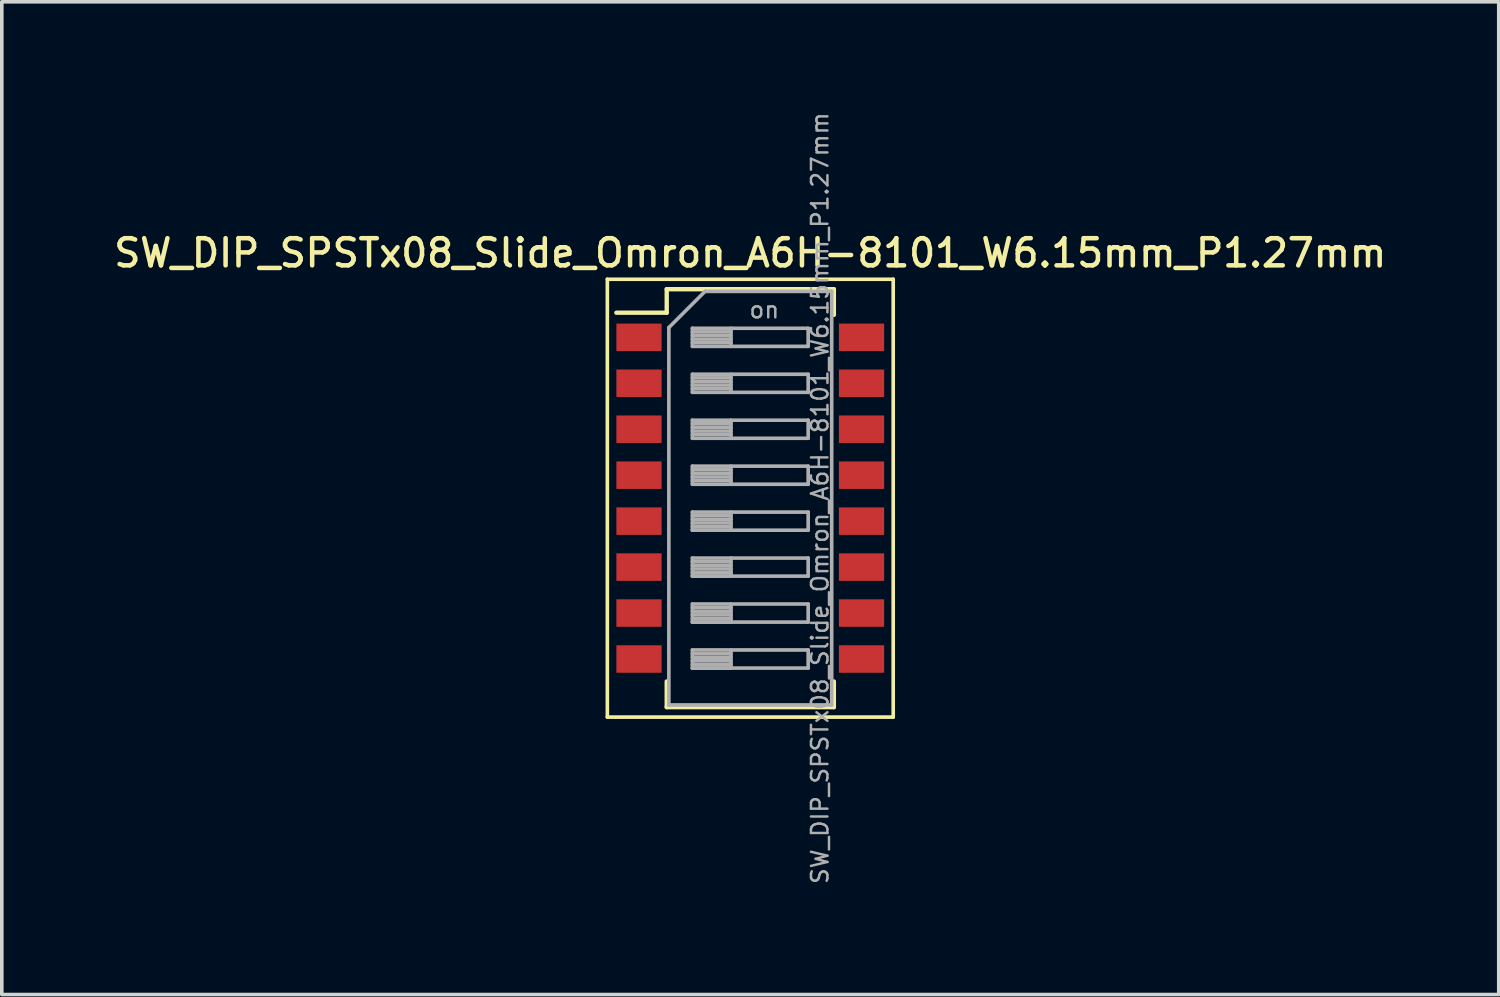
<source format=kicad_pcb>
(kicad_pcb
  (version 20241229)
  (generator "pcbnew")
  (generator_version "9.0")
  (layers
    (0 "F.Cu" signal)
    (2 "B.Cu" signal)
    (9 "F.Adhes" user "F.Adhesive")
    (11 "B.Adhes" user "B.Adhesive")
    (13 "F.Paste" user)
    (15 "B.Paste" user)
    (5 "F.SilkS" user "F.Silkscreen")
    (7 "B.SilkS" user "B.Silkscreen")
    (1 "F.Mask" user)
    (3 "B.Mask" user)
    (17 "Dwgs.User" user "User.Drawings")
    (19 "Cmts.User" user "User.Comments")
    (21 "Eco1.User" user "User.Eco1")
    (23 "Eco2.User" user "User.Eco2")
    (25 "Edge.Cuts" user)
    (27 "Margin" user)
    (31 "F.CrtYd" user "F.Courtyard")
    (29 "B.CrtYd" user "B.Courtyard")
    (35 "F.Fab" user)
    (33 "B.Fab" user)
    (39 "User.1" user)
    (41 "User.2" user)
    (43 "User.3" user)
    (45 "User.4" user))
  (footprint "SW_DIP_SPSTx08_Slide_Omron_A6H-8101_W6.15mm_P1.27mm"
    (layer "F.Cu")
    (at 17.684 10.717)
    (property "Reference" "SW_DIP_SPSTx08_Slide_Omron_A6H-8101_W6.15mm_P1.27mm" (at 0 -6.775 0) (layer "F.SilkS") (effects (font (size 0.75 0.75) (thickness 0.125))))
    (attr smd)
    (fp_line (start -3.95 -6.05) (end -3.95 6.05) (stroke (width 0.1) (type solid)) (layer "F.SilkS"))
    (fp_line (start -3.95 6.05) (end 3.95 6.05) (stroke (width 0.1) (type solid)) (layer "F.SilkS"))
    (fp_line (start -3.7 -5.125) (end -2.309 -5.125) (stroke (width 0.12) (type solid)) (layer "F.SilkS"))
    (fp_line (start -2.309 -5.775) (end -2.309 -5.125) (stroke (width 0.12) (type solid)) (layer "F.SilkS"))
    (fp_line (start -2.309 -5.775) (end 2.31 -5.775) (stroke (width 0.12) (type solid)) (layer "F.SilkS"))
    (fp_line (start -2.309 5.065) (end -2.309 5.775) (stroke (width 0.12) (type solid)) (layer "F.SilkS"))
    (fp_line (start -2.309 5.775) (end 2.31 5.775) (stroke (width 0.12) (type solid)) (layer "F.SilkS"))
    (fp_line (start 2.31 -5.775) (end 2.31 -5.065) (stroke (width 0.12) (type solid)) (layer "F.SilkS"))
    (fp_line (start 2.31 5.065) (end 2.31 5.775) (stroke (width 0.12) (type solid)) (layer "F.SilkS"))
    (fp_line (start 3.95 -6.05) (end -3.95 -6.05) (stroke (width 0.1) (type solid)) (layer "F.SilkS"))
    (fp_line (start 3.95 6.05) (end 3.95 -6.05) (stroke (width 0.1) (type solid)) (layer "F.SilkS"))
    (fp_line (start -2.25 -4.715) (end -1.25 -5.715) (stroke (width 0.1) (type solid)) (layer "F.Fab"))
    (fp_line (start -2.25 5.715) (end -2.25 -4.715) (stroke (width 0.1) (type solid)) (layer "F.Fab"))
    (fp_line (start -1.6 -4.695) (end -1.6 -4.195) (stroke (width 0.1) (type solid)) (layer "F.Fab"))
    (fp_line (start -1.6 -4.595) (end -0.533 -4.595) (stroke (width 0.1) (type solid)) (layer "F.Fab"))
    (fp_line (start -1.6 -4.495) (end -0.533 -4.495) (stroke (width 0.1) (type solid)) (layer "F.Fab"))
    (fp_line (start -1.6 -4.395) (end -0.533 -4.395) (stroke (width 0.1) (type solid)) (layer "F.Fab"))
    (fp_line (start -1.6 -4.295) (end -0.533 -4.295) (stroke (width 0.1) (type solid)) (layer "F.Fab"))
    (fp_line (start -1.6 -4.195) (end 1.6 -4.195) (stroke (width 0.1) (type solid)) (layer "F.Fab"))
    (fp_line (start -1.6 -3.425) (end -1.6 -2.925) (stroke (width 0.1) (type solid)) (layer "F.Fab"))
    (fp_line (start -1.6 -3.325) (end -0.533 -3.325) (stroke (width 0.1) (type solid)) (layer "F.Fab"))
    (fp_line (start -1.6 -3.225) (end -0.533 -3.225) (stroke (width 0.1) (type solid)) (layer "F.Fab"))
    (fp_line (start -1.6 -3.125) (end -0.533 -3.125) (stroke (width 0.1) (type solid)) (layer "F.Fab"))
    (fp_line (start -1.6 -3.025) (end -0.533 -3.025) (stroke (width 0.1) (type solid)) (layer "F.Fab"))
    (fp_line (start -1.6 -2.925) (end 1.6 -2.925) (stroke (width 0.1) (type solid)) (layer "F.Fab"))
    (fp_line (start -1.6 -2.155) (end -1.6 -1.655) (stroke (width 0.1) (type solid)) (layer "F.Fab"))
    (fp_line (start -1.6 -2.055) (end -0.533 -2.055) (stroke (width 0.1) (type solid)) (layer "F.Fab"))
    (fp_line (start -1.6 -1.955) (end -0.533 -1.955) (stroke (width 0.1) (type solid)) (layer "F.Fab"))
    (fp_line (start -1.6 -1.855) (end -0.533 -1.855) (stroke (width 0.1) (type solid)) (layer "F.Fab"))
    (fp_line (start -1.6 -1.755) (end -0.533 -1.755) (stroke (width 0.1) (type solid)) (layer "F.Fab"))
    (fp_line (start -1.6 -1.655) (end 1.6 -1.655) (stroke (width 0.1) (type solid)) (layer "F.Fab"))
    (fp_line (start -1.6 -0.885) (end -1.6 -0.385) (stroke (width 0.1) (type solid)) (layer "F.Fab"))
    (fp_line (start -1.6 -0.785) (end -0.533 -0.785) (stroke (width 0.1) (type solid)) (layer "F.Fab"))
    (fp_line (start -1.6 -0.685) (end -0.533 -0.685) (stroke (width 0.1) (type solid)) (layer "F.Fab"))
    (fp_line (start -1.6 -0.585) (end -0.533 -0.585) (stroke (width 0.1) (type solid)) (layer "F.Fab"))
    (fp_line (start -1.6 -0.485) (end -0.533 -0.485) (stroke (width 0.1) (type solid)) (layer "F.Fab"))
    (fp_line (start -1.6 -0.385) (end 1.6 -0.385) (stroke (width 0.1) (type solid)) (layer "F.Fab"))
    (fp_line (start -1.6 0.385) (end -1.6 0.885) (stroke (width 0.1) (type solid)) (layer "F.Fab"))
    (fp_line (start -1.6 0.485) (end -0.533 0.485) (stroke (width 0.1) (type solid)) (layer "F.Fab"))
    (fp_line (start -1.6 0.585) (end -0.533 0.585) (stroke (width 0.1) (type solid)) (layer "F.Fab"))
    (fp_line (start -1.6 0.685) (end -0.533 0.685) (stroke (width 0.1) (type solid)) (layer "F.Fab"))
    (fp_line (start -1.6 0.785) (end -0.533 0.785) (stroke (width 0.1) (type solid)) (layer "F.Fab"))
    (fp_line (start -1.6 0.885) (end -0.533 0.885) (stroke (width 0.1) (type solid)) (layer "F.Fab"))
    (fp_line (start -1.6 0.885) (end 1.6 0.885) (stroke (width 0.1) (type solid)) (layer "F.Fab"))
    (fp_line (start -1.6 1.655) (end -1.6 2.155) (stroke (width 0.1) (type solid)) (layer "F.Fab"))
    (fp_line (start -1.6 1.755) (end -0.533 1.755) (stroke (width 0.1) (type solid)) (layer "F.Fab"))
    (fp_line (start -1.6 1.855) (end -0.533 1.855) (stroke (width 0.1) (type solid)) (layer "F.Fab"))
    (fp_line (start -1.6 1.955) (end -0.533 1.955) (stroke (width 0.1) (type solid)) (layer "F.Fab"))
    (fp_line (start -1.6 2.055) (end -0.533 2.055) (stroke (width 0.1) (type solid)) (layer "F.Fab"))
    (fp_line (start -1.6 2.155) (end -0.533 2.155) (stroke (width 0.1) (type solid)) (layer "F.Fab"))
    (fp_line (start -1.6 2.155) (end 1.6 2.155) (stroke (width 0.1) (type solid)) (layer "F.Fab"))
    (fp_line (start -1.6 2.925) (end -1.6 3.425) (stroke (width 0.1) (type solid)) (layer "F.Fab"))
    (fp_line (start -1.6 3.025) (end -0.533 3.025) (stroke (width 0.1) (type solid)) (layer "F.Fab"))
    (fp_line (start -1.6 3.125) (end -0.533 3.125) (stroke (width 0.1) (type solid)) (layer "F.Fab"))
    (fp_line (start -1.6 3.225) (end -0.533 3.225) (stroke (width 0.1) (type solid)) (layer "F.Fab"))
    (fp_line (start -1.6 3.325) (end -0.533 3.325) (stroke (width 0.1) (type solid)) (layer "F.Fab"))
    (fp_line (start -1.6 3.425) (end -0.533 3.425) (stroke (width 0.1) (type solid)) (layer "F.Fab"))
    (fp_line (start -1.6 3.425) (end 1.6 3.425) (stroke (width 0.1) (type solid)) (layer "F.Fab"))
    (fp_line (start -1.6 4.195) (end -1.6 4.695) (stroke (width 0.1) (type solid)) (layer "F.Fab"))
    (fp_line (start -1.6 4.295) (end -0.533 4.295) (stroke (width 0.1) (type solid)) (layer "F.Fab"))
    (fp_line (start -1.6 4.395) (end -0.533 4.395) (stroke (width 0.1) (type solid)) (layer "F.Fab"))
    (fp_line (start -1.6 4.495) (end -0.533 4.495) (stroke (width 0.1) (type solid)) (layer "F.Fab"))
    (fp_line (start -1.6 4.595) (end -0.533 4.595) (stroke (width 0.1) (type solid)) (layer "F.Fab"))
    (fp_line (start -1.6 4.695) (end -0.533 4.695) (stroke (width 0.1) (type solid)) (layer "F.Fab"))
    (fp_line (start -1.6 4.695) (end 1.6 4.695) (stroke (width 0.1) (type solid)) (layer "F.Fab"))
    (fp_line (start -1.25 -5.715) (end 2.25 -5.715) (stroke (width 0.1) (type solid)) (layer "F.Fab"))
    (fp_line (start -0.533 -4.695) (end -0.533 -4.195) (stroke (width 0.1) (type solid)) (layer "F.Fab"))
    (fp_line (start -0.533 -3.425) (end -0.533 -2.925) (stroke (width 0.1) (type solid)) (layer "F.Fab"))
    (fp_line (start -0.533 -2.155) (end -0.533 -1.655) (stroke (width 0.1) (type solid)) (layer "F.Fab"))
    (fp_line (start -0.533 -0.885) (end -0.533 -0.385) (stroke (width 0.1) (type solid)) (layer "F.Fab"))
    (fp_line (start -0.533 0.385) (end -0.533 0.885) (stroke (width 0.1) (type solid)) (layer "F.Fab"))
    (fp_line (start -0.533 1.655) (end -0.533 2.155) (stroke (width 0.1) (type solid)) (layer "F.Fab"))
    (fp_line (start -0.533 2.925) (end -0.533 3.425) (stroke (width 0.1) (type solid)) (layer "F.Fab"))
    (fp_line (start -0.533 4.195) (end -0.533 4.695) (stroke (width 0.1) (type solid)) (layer "F.Fab"))
    (fp_line (start 1.6 -4.695) (end -1.6 -4.695) (stroke (width 0.1) (type solid)) (layer "F.Fab"))
    (fp_line (start 1.6 -4.195) (end 1.6 -4.695) (stroke (width 0.1) (type solid)) (layer "F.Fab"))
    (fp_line (start 1.6 -3.425) (end -1.6 -3.425) (stroke (width 0.1) (type solid)) (layer "F.Fab"))
    (fp_line (start 1.6 -2.925) (end 1.6 -3.425) (stroke (width 0.1) (type solid)) (layer "F.Fab"))
    (fp_line (start 1.6 -2.155) (end -1.6 -2.155) (stroke (width 0.1) (type solid)) (layer "F.Fab"))
    (fp_line (start 1.6 -1.655) (end 1.6 -2.155) (stroke (width 0.1) (type solid)) (layer "F.Fab"))
    (fp_line (start 1.6 -0.885) (end -1.6 -0.885) (stroke (width 0.1) (type solid)) (layer "F.Fab"))
    (fp_line (start 1.6 -0.385) (end 1.6 -0.885) (stroke (width 0.1) (type solid)) (layer "F.Fab"))
    (fp_line (start 1.6 0.385) (end -1.6 0.385) (stroke (width 0.1) (type solid)) (layer "F.Fab"))
    (fp_line (start 1.6 0.885) (end 1.6 0.385) (stroke (width 0.1) (type solid)) (layer "F.Fab"))
    (fp_line (start 1.6 1.655) (end -1.6 1.655) (stroke (width 0.1) (type solid)) (layer "F.Fab"))
    (fp_line (start 1.6 2.155) (end 1.6 1.655) (stroke (width 0.1) (type solid)) (layer "F.Fab"))
    (fp_line (start 1.6 2.925) (end -1.6 2.925) (stroke (width 0.1) (type solid)) (layer "F.Fab"))
    (fp_line (start 1.6 3.425) (end 1.6 2.925) (stroke (width 0.1) (type solid)) (layer "F.Fab"))
    (fp_line (start 1.6 4.195) (end -1.6 4.195) (stroke (width 0.1) (type solid)) (layer "F.Fab"))
    (fp_line (start 1.6 4.695) (end 1.6 4.195) (stroke (width 0.1) (type solid)) (layer "F.Fab"))
    (fp_line (start 2.25 -5.715) (end 2.25 5.715) (stroke (width 0.1) (type solid)) (layer "F.Fab"))
    (fp_line (start 2.25 5.715) (end -2.25 5.715) (stroke (width 0.1) (type solid)) (layer "F.Fab"))
    (fp_text user "on" (at 0.388 -5.205 0) (layer "F.Fab") (effects (font (size 0.455 0.455) (thickness 0.068))))
    (fp_text user "${REFERENCE}" (at 1.925 0 90) (layer "F.Fab") (effects (font (size 0.455 0.455) (thickness 0.068))))
    (pad "1" smd rect (at -3.075 -4.445) (size 1.25 0.76) (layers "F.Cu" "F.Mask" "F.Paste"))
    (pad "2" smd rect (at -3.075 -3.175) (size 1.25 0.76) (layers "F.Cu" "F.Mask" "F.Paste"))
    (pad "3" smd rect (at -3.075 -1.905) (size 1.25 0.76) (layers "F.Cu" "F.Mask" "F.Paste"))
    (pad "4" smd rect (at -3.075 -0.635) (size 1.25 0.76) (layers "F.Cu" "F.Mask" "F.Paste"))
    (pad "5" smd rect (at -3.075 0.635) (size 1.25 0.76) (layers "F.Cu" "F.Mask" "F.Paste"))
    (pad "6" smd rect (at -3.075 1.905) (size 1.25 0.76) (layers "F.Cu" "F.Mask" "F.Paste"))
    (pad "7" smd rect (at -3.075 3.175) (size 1.25 0.76) (layers "F.Cu" "F.Mask" "F.Paste"))
    (pad "8" smd rect (at -3.075 4.445) (size 1.25 0.76) (layers "F.Cu" "F.Mask" "F.Paste"))
    (pad "9" smd rect (at 3.075 4.445) (size 1.25 0.76) (layers "F.Cu" "F.Mask" "F.Paste"))
    (pad "10" smd rect (at 3.075 3.175) (size 1.25 0.76) (layers "F.Cu" "F.Mask" "F.Paste"))
    (pad "11" smd rect (at 3.075 1.905) (size 1.25 0.76) (layers "F.Cu" "F.Mask" "F.Paste"))
    (pad "12" smd rect (at 3.075 0.635) (size 1.25 0.76) (layers "F.Cu" "F.Mask" "F.Paste"))
    (pad "13" smd rect (at 3.075 -0.635) (size 1.25 0.76) (layers "F.Cu" "F.Mask" "F.Paste"))
    (pad "14" smd rect (at 3.075 -1.905) (size 1.25 0.76) (layers "F.Cu" "F.Mask" "F.Paste"))
    (pad "15" smd rect (at 3.075 -3.175) (size 1.25 0.76) (layers "F.Cu" "F.Mask" "F.Paste"))
    (pad "16" smd rect (at 3.075 -4.445) (size 1.25 0.76) (layers "F.Cu" "F.Mask" "F.Paste")))
  (gr_rect
    (start -3 -3)
    (end 38.368 24.434)
    (stroke (width 0.1) (type default))
    (fill no)
    (layer "Edge.Cuts")))
</source>
